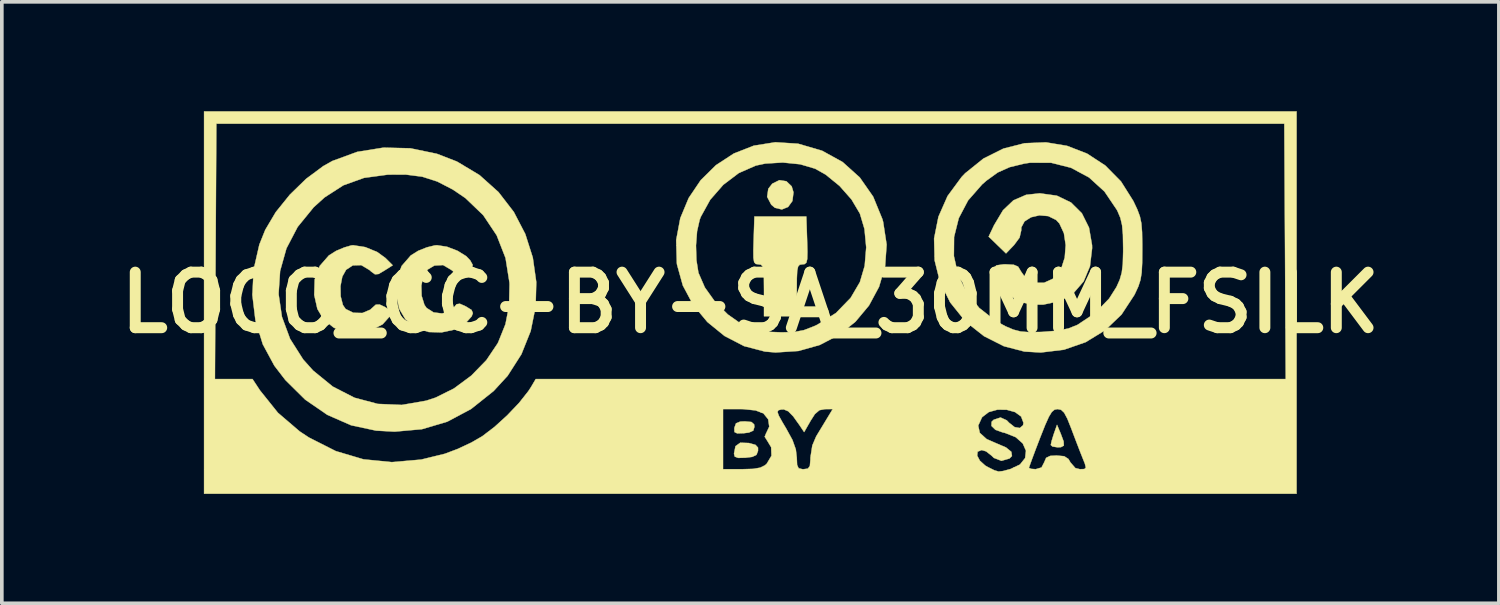
<source format=kicad_pcb>
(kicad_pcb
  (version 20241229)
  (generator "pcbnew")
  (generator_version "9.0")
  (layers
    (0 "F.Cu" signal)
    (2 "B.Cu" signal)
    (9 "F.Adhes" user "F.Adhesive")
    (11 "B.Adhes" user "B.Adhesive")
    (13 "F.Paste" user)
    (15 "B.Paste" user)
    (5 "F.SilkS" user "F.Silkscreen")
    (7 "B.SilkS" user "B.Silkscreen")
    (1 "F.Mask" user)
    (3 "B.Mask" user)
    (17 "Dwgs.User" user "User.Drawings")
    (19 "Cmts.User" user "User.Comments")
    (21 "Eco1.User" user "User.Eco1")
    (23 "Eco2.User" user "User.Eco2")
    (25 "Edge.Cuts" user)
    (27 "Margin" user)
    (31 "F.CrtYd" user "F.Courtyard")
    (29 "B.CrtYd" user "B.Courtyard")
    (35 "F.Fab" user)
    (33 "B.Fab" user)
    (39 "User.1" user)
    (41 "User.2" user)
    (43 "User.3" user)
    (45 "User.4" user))
  (footprint "LOGO_CC-BY-SA_30MM_FSILK"
    (layer "F.Cu")
    (at 17.533 5.25)
    (property "Reference" "LOGO_CC-BY-SA_30MM_FSILK" (at 0 0 0) (layer "F.SilkS") (effects (font (size 1.524 1.524) (thickness 0.3))))
    (attr through_hole)
    (fp_poly (pts (xy 8.515 3.596) (xy 8.595 3.811) (xy 8.6 3.924) (xy 8.522 3.966) (xy 8.429 3.971) (xy 8.288 3.949) (xy 8.242 3.907) (xy 8.265 3.799) (xy 8.32 3.619) (xy 8.327 3.599) (xy 8.413 3.354) (xy 8.515 3.596)) (stroke (width 0.01) (type solid)) (fill yes) (layer "F.SilkS"))
    (fp_poly (pts (xy -0.041 3.853) (xy 0.141 3.903) (xy 0.211 3.979) (xy 0.211 4.069) (xy 0.168 4.178) (xy 0.053 4.233) (xy -0.131 4.256) (xy -0.334 4.261) (xy -0.427 4.226) (xy -0.448 4.144) (xy -0.407 3.939) (xy -0.276 3.845) (xy -0.041 3.853)) (stroke (width 0.01) (type solid)) (fill yes) (layer "F.SilkS"))
    (fp_poly (pts (xy 0.989 -3.328) (xy 1.134 -3.189) (xy 1.184 -3.024) (xy 1.154 -2.786) (xy 1.036 -2.623) (xy 0.865 -2.554) (xy 0.675 -2.6) (xy 0.574 -2.685) (xy 0.461 -2.901) (xy 0.493 -3.121) (xy 0.602 -3.261) (xy 0.797 -3.358) (xy 0.989 -3.328)) (stroke (width 0.01) (type solid)) (fill yes) (layer "F.SilkS"))
    (fp_poly (pts (xy 0.031 3.276) (xy 0.104 3.341) (xy 0.112 3.409) (xy 0.081 3.513) (xy -0.039 3.566) (xy -0.174 3.583) (xy -0.359 3.589) (xy -0.435 3.552) (xy -0.439 3.45) (xy -0.437 3.433) (xy -0.393 3.313) (xy -0.277 3.265) (xy -0.15 3.259) (xy 0.031 3.276)) (stroke (width 0.01) (type solid)) (fill yes) (layer "F.SilkS"))
    (fp_poly (pts (xy 1.558 -1.705) (xy 1.566 -1.39) (xy 1.561 -1.196) (xy 1.537 -1.094) (xy 1.488 -1.055) (xy 1.427 -1.049) (xy 1.356 -1.039) (xy 1.311 -0.99) (xy 1.286 -0.874) (xy 1.276 -0.664) (xy 1.274 -0.337) (xy 1.274 0.375) (xy 0.375 0.375) (xy 0.375 -0.337) (xy 0.372 -0.668) (xy 0.362 -0.876) (xy 0.337 -0.991) (xy 0.292 -1.039) (xy 0.222 -1.049) (xy 0.149 -1.059) (xy 0.105 -1.108) (xy 0.085 -1.225) (xy 0.083 -1.439) (xy 0.091 -1.705) (xy 0.112 -2.36) (xy 1.536 -2.36) (xy 1.558 -1.705)) (stroke (width 0.01) (type solid)) (fill yes) (layer "F.SilkS"))
    (fp_poly (pts (xy -10.563 -1.521) (xy -10.234 -1.386) (xy -10.009 -1.222) (xy -9.81 -1.023) (xy -10.041 -0.876) (xy -10.198 -0.784) (xy -10.296 -0.775) (xy -10.399 -0.849) (xy -10.442 -0.889) (xy -10.673 -1.027) (xy -10.905 -1.02) (xy -11.089 -0.899) (xy -11.193 -0.712) (xy -11.243 -0.45) (xy -11.238 -0.172) (xy -11.177 0.066) (xy -11.102 0.176) (xy -10.89 0.28) (xy -10.642 0.286) (xy -10.425 0.195) (xy -10.38 0.153) (xy -10.274 0.058) (xy -10.17 0.054) (xy -10.03 0.118) (xy -9.886 0.209) (xy -9.86 0.3) (xy -9.894 0.381) (xy -10.087 0.597) (xy -10.376 0.745) (xy -10.718 0.818) (xy -11.07 0.808) (xy -11.39 0.706) (xy -11.441 0.678) (xy -11.71 0.458) (xy -11.877 0.174) (xy -11.963 -0.209) (xy -11.95 -0.635) (xy -11.813 -1.004) (xy -11.562 -1.292) (xy -11.361 -1.419) (xy -11.138 -1.512) (xy -10.949 -1.567) (xy -10.897 -1.573) (xy -10.563 -1.521)) (stroke (width 0.01) (type solid)) (fill yes) (layer "F.SilkS"))
    (fp_poly (pts (xy -8.321 -1.531) (xy -8.034 -1.421) (xy -7.793 -1.272) (xy -7.684 -1.157) (xy -7.615 -1.032) (xy -7.639 -0.954) (xy -7.775 -0.871) (xy -7.8 -0.858) (xy -7.964 -0.784) (xy -8.071 -0.792) (xy -8.192 -0.887) (xy -8.198 -0.893) (xy -8.428 -1.029) (xy -8.666 -1.016) (xy -8.847 -0.909) (xy -8.968 -0.727) (xy -9.025 -0.467) (xy -9.017 -0.185) (xy -8.941 0.061) (xy -8.882 0.147) (xy -8.688 0.27) (xy -8.455 0.299) (xy -8.242 0.236) (xy -8.141 0.144) (xy -8.058 0.045) (xy -7.969 0.032) (xy -7.816 0.1) (xy -7.799 0.109) (xy -7.647 0.203) (xy -7.611 0.29) (xy -7.646 0.381) (xy -7.84 0.597) (xy -8.128 0.745) (xy -8.47 0.818) (xy -8.822 0.808) (xy -9.142 0.706) (xy -9.193 0.678) (xy -9.463 0.458) (xy -9.629 0.174) (xy -9.715 -0.209) (xy -9.702 -0.635) (xy -9.565 -1.004) (xy -9.315 -1.292) (xy -9.113 -1.419) (xy -8.875 -1.514) (xy -8.656 -1.568) (xy -8.594 -1.573) (xy -8.321 -1.531)) (stroke (width 0.01) (type solid)) (fill yes) (layer "F.SilkS"))
    (fp_poly (pts (xy 8.409 -2.932) (xy 8.797 -2.745) (xy 9.095 -2.449) (xy 9.291 -2.055) (xy 9.374 -1.575) (xy 9.376 -1.493) (xy 9.317 -0.996) (xy 9.143 -0.58) (xy 8.864 -0.258) (xy 8.492 -0.042) (xy 8.037 0.056) (xy 8.03 0.056) (xy 7.704 0.054) (xy 7.437 -0.011) (xy 7.283 -0.08) (xy 6.965 -0.316) (xy 6.815 -0.531) (xy 6.698 -0.787) (xy 6.675 -0.943) (xy 6.753 -1.022) (xy 6.941 -1.048) (xy 7.007 -1.049) (xy 7.226 -1.037) (xy 7.345 -0.986) (xy 7.413 -0.875) (xy 7.416 -0.866) (xy 7.567 -0.653) (xy 7.793 -0.543) (xy 8.055 -0.542) (xy 8.312 -0.659) (xy 8.354 -0.693) (xy 8.526 -0.926) (xy 8.625 -1.235) (xy 8.651 -1.576) (xy 8.602 -1.903) (xy 8.479 -2.169) (xy 8.387 -2.267) (xy 8.173 -2.372) (xy 7.93 -2.393) (xy 7.7 -2.34) (xy 7.521 -2.226) (xy 7.433 -2.061) (xy 7.432 -1.983) (xy 7.386 -1.782) (xy 7.234 -1.578) (xy 7.014 -1.348) (xy 6.776 -1.578) (xy 6.538 -1.809) (xy 6.686 -2.122) (xy 6.931 -2.532) (xy 7.218 -2.805) (xy 7.567 -2.956) (xy 7.941 -2.997) (xy 8.409 -2.932)) (stroke (width 0.01) (type solid)) (fill yes) (layer "F.SilkS"))
    (fp_poly (pts (xy 1.305 -4.358) (xy 1.32 -4.355) (xy 1.969 -4.165) (xy 2.533 -3.854) (xy 3.003 -3.431) (xy 3.37 -2.905) (xy 3.624 -2.285) (xy 3.644 -2.21) (xy 3.739 -1.591) (xy 3.697 -0.993) (xy 3.531 -0.432) (xy 3.256 0.079) (xy 2.884 0.525) (xy 2.428 0.891) (xy 1.902 1.164) (xy 1.318 1.328) (xy 0.691 1.369) (xy 0.401 1.344) (xy -0.173 1.194) (xy -0.707 0.917) (xy -1.178 0.534) (xy -1.567 0.066) (xy -1.851 -0.467) (xy -2.011 -1.042) (xy -2.016 -1.08) (xy -2.03 -1.566) (xy -1.491 -1.566) (xy -1.479 -1.166) (xy -1.425 -0.825) (xy -1.421 -0.811) (xy -1.248 -0.415) (xy -0.968 -0.023) (xy -0.616 0.327) (xy -0.229 0.6) (xy 0.102 0.742) (xy 0.299 0.779) (xy 0.582 0.806) (xy 0.862 0.817) (xy 1.199 0.808) (xy 1.469 0.757) (xy 1.751 0.648) (xy 1.836 0.608) (xy 2.349 0.286) (xy 2.752 -0.129) (xy 3.006 -0.562) (xy 3.137 -1.007) (xy 3.179 -1.513) (xy 3.131 -2.019) (xy 3.005 -2.442) (xy 2.775 -2.829) (xy 2.446 -3.201) (xy 2.065 -3.511) (xy 1.777 -3.673) (xy 1.366 -3.794) (xy 0.889 -3.842) (xy 0.41 -3.813) (xy 0.15 -3.758) (xy -0.315 -3.554) (xy -0.742 -3.231) (xy -1.101 -2.82) (xy -1.36 -2.351) (xy -1.39 -2.27) (xy -1.461 -1.957) (xy -1.491 -1.566) (xy -2.03 -1.566) (xy -2.034 -1.715) (xy -1.921 -2.316) (xy -1.691 -2.868) (xy -1.361 -3.357) (xy -0.943 -3.769) (xy -0.453 -4.089) (xy 0.095 -4.304) (xy 0.686 -4.398) (xy 1.305 -4.358)) (stroke (width 0.01) (type solid)) (fill yes) (layer "F.SilkS"))
    (fp_poly (pts (xy -9.326 -4.232) (xy -8.598 -4.081) (xy -8.05 -3.869) (xy -7.429 -3.497) (xy -6.907 -3.029) (xy -6.487 -2.484) (xy -6.173 -1.88) (xy -5.967 -1.233) (xy -5.872 -0.562) (xy -5.89 0.115) (xy -6.025 0.781) (xy -6.28 1.418) (xy -6.657 2.008) (xy -7.042 2.427) (xy -7.661 2.92) (xy -8.315 3.268) (xy -9.01 3.474) (xy -9.757 3.541) (xy -10.265 3.513) (xy -10.952 3.366) (xy -11.606 3.079) (xy -12.212 2.662) (xy -12.755 2.125) (xy -13.057 1.732) (xy -13.374 1.145) (xy -13.576 0.489) (xy -13.66 -0.206) (xy -13.658 -0.236) (xy -12.941 -0.236) (xy -12.849 0.391) (xy -12.625 0.996) (xy -12.267 1.56) (xy -11.994 1.865) (xy -11.454 2.305) (xy -10.857 2.611) (xy -10.221 2.78) (xy -9.56 2.808) (xy -8.892 2.692) (xy -8.636 2.608) (xy -8.131 2.357) (xy -7.653 2.003) (xy -7.241 1.58) (xy -6.935 1.125) (xy -6.915 1.086) (xy -6.717 0.592) (xy -6.618 0.084) (xy -6.605 -0.493) (xy -6.607 -0.546) (xy -6.715 -1.222) (xy -6.958 -1.844) (xy -7.327 -2.397) (xy -7.816 -2.866) (xy -8.159 -3.099) (xy -8.586 -3.32) (xy -9 -3.453) (xy -9.454 -3.511) (xy -9.946 -3.509) (xy -10.596 -3.421) (xy -11.164 -3.217) (xy -11.678 -2.886) (xy -11.978 -2.615) (xy -12.418 -2.075) (xy -12.725 -1.487) (xy -12.899 -0.868) (xy -12.941 -0.236) (xy -13.658 -0.236) (xy -13.625 -0.908) (xy -13.469 -1.59) (xy -13.307 -1.994) (xy -13.019 -2.48) (xy -12.632 -2.96) (xy -12.185 -3.395) (xy -11.715 -3.744) (xy -11.464 -3.885) (xy -10.784 -4.134) (xy -10.063 -4.25) (xy -9.326 -4.232)) (stroke (width 0.01) (type solid)) (fill yes) (layer "F.SilkS"))
    (fp_poly (pts (xy 8.689 -4.299) (xy 9.238 -4.086) (xy 9.737 -3.76) (xy 10.168 -3.323) (xy 10.506 -2.787) (xy 10.615 -2.556) (xy 10.686 -2.366) (xy 10.727 -2.173) (xy 10.746 -1.933) (xy 10.752 -1.601) (xy 10.752 -1.462) (xy 10.749 -1.088) (xy 10.735 -0.821) (xy 10.702 -0.62) (xy 10.644 -0.442) (xy 10.553 -0.245) (xy 10.532 -0.204) (xy 10.183 0.328) (xy 9.731 0.761) (xy 9.199 1.086) (xy 8.604 1.293) (xy 7.969 1.37) (xy 7.519 1.344) (xy 6.955 1.197) (xy 6.41 0.922) (xy 5.924 0.538) (xy 5.895 0.509) (xy 5.483 -0.003) (xy 5.203 -0.564) (xy 5.056 -1.156) (xy 5.053 -1.276) (xy 5.584 -1.276) (xy 5.7 -0.764) (xy 5.932 -0.283) (xy 6.279 0.147) (xy 6.736 0.506) (xy 7.001 0.651) (xy 7.215 0.742) (xy 7.413 0.793) (xy 7.647 0.812) (xy 7.97 0.806) (xy 8.017 0.804) (xy 8.423 0.772) (xy 8.727 0.71) (xy 8.976 0.61) (xy 9.455 0.291) (xy 9.843 -0.11) (xy 10.043 -0.425) (xy 10.133 -0.625) (xy 10.189 -0.821) (xy 10.218 -1.06) (xy 10.227 -1.389) (xy 10.227 -1.499) (xy 10.221 -1.862) (xy 10.198 -2.122) (xy 10.151 -2.323) (xy 10.071 -2.512) (xy 10.052 -2.547) (xy 9.716 -3.045) (xy 9.291 -3.432) (xy 8.796 -3.698) (xy 8.247 -3.836) (xy 7.665 -3.835) (xy 7.513 -3.812) (xy 7.111 -3.714) (xy 6.789 -3.57) (xy 6.48 -3.347) (xy 6.36 -3.243) (xy 5.974 -2.803) (xy 5.718 -2.316) (xy 5.589 -1.8) (xy 5.584 -1.276) (xy 5.053 -1.276) (xy 5.041 -1.759) (xy 5.16 -2.354) (xy 5.411 -2.923) (xy 5.796 -3.445) (xy 5.893 -3.547) (xy 6.394 -3.95) (xy 6.943 -4.224) (xy 7.522 -4.371) (xy 8.11 -4.395) (xy 8.689 -4.299)) (stroke (width 0.01) (type solid)) (fill yes) (layer "F.SilkS"))
    (fp_poly (pts (xy 14.985 5.245) (xy -14.985 5.245) (xy -14.985 2.098) (xy -14.687 2.098) (xy -13.656 2.098) (xy -13.452 2.408) (xy -12.959 3.023) (xy -12.361 3.535) (xy -12.108 3.702) (xy -11.371 4.075) (xy -10.613 4.3) (xy -9.834 4.377) (xy -9.031 4.307) (xy -8.38 4.148) (xy -8.024 4.014) (xy -7.651 3.839) (xy -7.354 3.667) (xy -7.018 3.411) (xy -6.667 3.092) (xy -6.506 2.922) (xy -0.749 2.922) (xy -0.749 4.571) (xy -0.225 4.571) (xy 0.077 4.562) (xy 0.271 4.529) (xy 0.401 4.464) (xy 0.45 4.421) (xy 0.58 4.202) (xy 0.571 3.968) (xy 0.474 3.807) (xy 0.394 3.68) (xy 0.434 3.582) (xy 0.436 3.58) (xy 0.519 3.404) (xy 0.49 3.203) (xy 0.358 3.039) (xy 0.26 3.002) (xy 0.745 3.002) (xy 0.782 3.105) (xy 0.886 3.292) (xy 0.979 3.447) (xy 1.156 3.77) (xy 1.248 4.029) (xy 1.274 4.252) (xy 1.283 4.453) (xy 1.325 4.545) (xy 1.426 4.57) (xy 1.461 4.571) (xy 1.579 4.555) (xy 1.633 4.483) (xy 1.648 4.311) (xy 1.649 4.252) (xy 1.657 4.199) (xy 6.223 4.199) (xy 6.297 4.338) (xy 6.444 4.471) (xy 6.519 4.514) (xy 6.694 4.601) (xy 6.809 4.635) (xy 6.93 4.622) (xy 7.126 4.569) (xy 7.136 4.567) (xy 7.199 4.537) (xy 7.642 4.537) (xy 7.707 4.562) (xy 7.828 4.571) (xy 7.988 4.524) (xy 8.061 4.383) (xy 8.115 4.259) (xy 8.226 4.206) (xy 8.401 4.196) (xy 8.61 4.215) (xy 8.727 4.291) (xy 8.78 4.383) (xy 8.916 4.54) (xy 9.041 4.571) (xy 9.162 4.567) (xy 9.204 4.53) (xy 9.178 4.421) (xy 9.114 4.261) (xy 9.036 4.064) (xy 8.929 3.786) (xy 8.814 3.483) (xy 8.808 3.465) (xy 8.696 3.185) (xy 8.608 3.02) (xy 8.525 2.942) (xy 8.428 2.922) (xy 8.345 2.938) (xy 8.27 3.001) (xy 8.189 3.134) (xy 8.087 3.362) (xy 7.95 3.707) (xy 7.948 3.712) (xy 7.826 4.03) (xy 7.728 4.293) (xy 7.663 4.472) (xy 7.642 4.537) (xy 7.199 4.537) (xy 7.398 4.442) (xy 7.538 4.265) (xy 7.561 4.064) (xy 7.473 3.864) (xy 7.279 3.692) (xy 6.984 3.575) (xy 6.927 3.563) (xy 6.725 3.491) (xy 6.615 3.384) (xy 6.619 3.27) (xy 6.676 3.215) (xy 6.864 3.153) (xy 7.034 3.23) (xy 7.098 3.297) (xy 7.251 3.417) (xy 7.392 3.441) (xy 7.481 3.366) (xy 7.493 3.298) (xy 7.428 3.125) (xy 7.261 3.004) (xy 7.031 2.94) (xy 6.778 2.938) (xy 6.541 3.004) (xy 6.361 3.142) (xy 6.354 3.151) (xy 6.251 3.376) (xy 6.295 3.575) (xy 6.483 3.745) (xy 6.744 3.859) (xy 7.013 3.974) (xy 7.16 4.094) (xy 7.177 4.209) (xy 7.11 4.277) (xy 6.889 4.341) (xy 6.681 4.261) (xy 6.614 4.196) (xy 6.466 4.081) (xy 6.347 4.046) (xy 6.235 4.09) (xy 6.223 4.199) (xy 1.657 4.199) (xy 1.7 3.921) (xy 1.806 3.671) (xy 1.954 3.427) (xy 2.101 3.184) (xy 2.112 3.166) (xy 2.26 2.922) (xy 2.048 2.923) (xy 1.896 2.952) (xy 1.771 3.059) (xy 1.656 3.238) (xy 1.476 3.553) (xy 1.356 3.373) (xy 1.177 3.122) (xy 1.04 2.982) (xy 0.919 2.931) (xy 0.845 2.934) (xy 0.769 2.954) (xy 0.745 3.002) (xy 0.26 3.002) (xy 0.143 2.958) (xy -0.195 2.923) (xy -0.279 2.922) (xy -0.749 2.922) (xy -6.506 2.922) (xy -6.344 2.752) (xy -6.091 2.432) (xy -6.017 2.319) (xy -5.887 2.098) (xy 14.687 2.098) (xy 14.668 -1.405) (xy 14.648 -4.908) (xy -14.648 -4.908) (xy -14.668 -1.405) (xy -14.687 2.098) (xy -14.985 2.098) (xy -14.985 -5.245) (xy 14.985 -5.245) (xy 14.985 5.245)) (stroke (width 0.01) (type solid)) (fill yes) (layer "F.SilkS")))
  (gr_rect
    (start -3 -3)
    (end 38.067 13.5)
    (stroke (width 0.1) (type default))
    (fill no)
    (layer "Edge.Cuts")))
</source>
